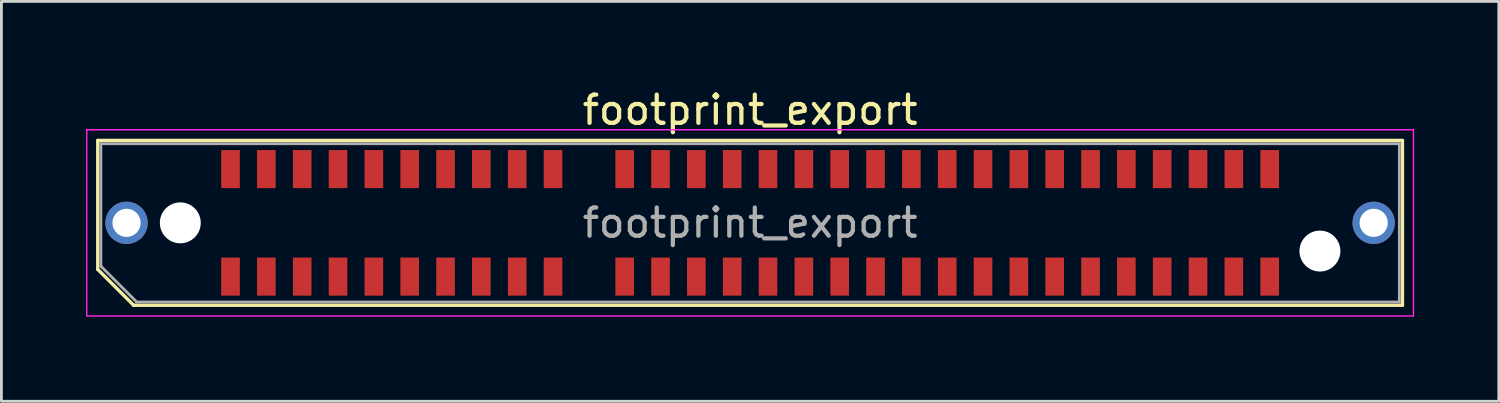
<source format=kicad_pcb>
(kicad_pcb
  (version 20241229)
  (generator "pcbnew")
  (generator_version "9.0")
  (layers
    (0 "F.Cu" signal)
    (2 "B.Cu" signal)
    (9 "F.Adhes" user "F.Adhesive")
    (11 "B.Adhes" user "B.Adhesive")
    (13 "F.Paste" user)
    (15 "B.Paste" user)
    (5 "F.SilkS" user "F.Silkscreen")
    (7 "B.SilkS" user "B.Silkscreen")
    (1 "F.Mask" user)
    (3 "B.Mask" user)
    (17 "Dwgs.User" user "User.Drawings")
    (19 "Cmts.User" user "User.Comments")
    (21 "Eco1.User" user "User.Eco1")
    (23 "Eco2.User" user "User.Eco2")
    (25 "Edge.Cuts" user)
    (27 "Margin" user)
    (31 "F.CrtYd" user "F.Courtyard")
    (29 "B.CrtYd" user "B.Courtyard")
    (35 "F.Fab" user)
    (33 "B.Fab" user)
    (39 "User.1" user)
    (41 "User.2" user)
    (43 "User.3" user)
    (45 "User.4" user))
  (footprint "footprint_export"
    (layer "F.Cu")
    (at 23.535 4.848)
    (property "Reference" "footprint_export" (at 0 -4 0) (layer "F.SilkS") (effects (font (size 1 1) (thickness 0.15))))
    (attr smd)
    (fp_line (start -23.12 -2.92) (end 23.12 -2.92) (stroke (width 0.12) (type solid)) (layer "F.SilkS"))
    (fp_line (start -23.12 1.65) (end -23.12 -2.92) (stroke (width 0.12) (type solid)) (layer "F.SilkS"))
    (fp_line (start -21.85 2.92) (end -23.12 1.65) (stroke (width 0.12) (type solid)) (layer "F.SilkS"))
    (fp_line (start -21.85 2.92) (end 23.12 2.92) (stroke (width 0.12) (type solid)) (layer "F.SilkS"))
    (fp_line (start 23.12 2.92) (end 23.12 -2.92) (stroke (width 0.12) (type solid)) (layer "F.SilkS"))
    (fp_line (start -23.51 -3.3) (end -23.51 3.3) (stroke (width 0.05) (type solid)) (layer "F.CrtYd"))
    (fp_line (start -23.51 3.3) (end 23.51 3.3) (stroke (width 0.05) (type solid)) (layer "F.CrtYd"))
    (fp_line (start 23.51 -3.3) (end -23.51 -3.3) (stroke (width 0.05) (type solid)) (layer "F.CrtYd"))
    (fp_line (start 23.51 3.3) (end 23.51 -3.3) (stroke (width 0.05) (type solid)) (layer "F.CrtYd"))
    (fp_line (start -23.01 -2.805) (end 23.01 -2.805) (stroke (width 0.1) (type solid)) (layer "F.Fab"))
    (fp_line (start -23.01 1.535) (end -23.01 -2.805) (stroke (width 0.1) (type solid)) (layer "F.Fab"))
    (fp_line (start -23.01 1.535) (end -21.74 2.805) (stroke (width 0.1) (type solid)) (layer "F.Fab"))
    (fp_line (start -21.74 2.805) (end 23.01 2.805) (stroke (width 0.1) (type solid)) (layer "F.Fab"))
    (fp_line (start 23.01 2.805) (end 23.01 -2.805) (stroke (width 0.1) (type solid)) (layer "F.Fab"))
    (fp_text user "${REFERENCE}" (at 0 0 0) (layer "F.Fab") (effects (font (size 1 1) (thickness 0.15))))
    (pad "" thru_hole circle (at -22.1 0) (size 1.5 1.5) (drill 1) (layers "*.Cu" "*.Mask"))
    (pad "" np_thru_hole circle (at -20.195 0) (size 1.45 1.45) (drill 1.45) (layers "*.Cu" "*.Mask"))
    (pad "" np_thru_hole circle (at 20.195 1) (size 1.45 1.45) (drill 1.45) (layers "*.Cu" "*.Mask"))
    (pad "" thru_hole circle (at 22.1 0) (size 1.5 1.5) (drill 1) (layers "*.Cu" "*.Mask"))
    (pad "1" smd rect (at -18.415 1.905) (size 0.66 1.35) (layers "F.Cu" "F.Mask" "F.Paste"))
    (pad "2" smd rect (at -18.415 -1.905) (size 0.66 1.35) (layers "F.Cu" "F.Mask" "F.Paste"))
    (pad "3" smd rect (at -17.145 1.905) (size 0.66 1.35) (layers "F.Cu" "F.Mask" "F.Paste"))
    (pad "4" smd rect (at -17.145 -1.905) (size 0.66 1.35) (layers "F.Cu" "F.Mask" "F.Paste"))
    (pad "5" smd rect (at -15.875 1.905) (size 0.66 1.35) (layers "F.Cu" "F.Mask" "F.Paste"))
    (pad "6" smd rect (at -15.875 -1.905) (size 0.66 1.35) (layers "F.Cu" "F.Mask" "F.Paste"))
    (pad "7" smd rect (at -14.605 1.905) (size 0.66 1.35) (layers "F.Cu" "F.Mask" "F.Paste"))
    (pad "8" smd rect (at -14.605 -1.905) (size 0.66 1.35) (layers "F.Cu" "F.Mask" "F.Paste"))
    (pad "9" smd rect (at -13.335 1.905) (size 0.66 1.35) (layers "F.Cu" "F.Mask" "F.Paste"))
    (pad "10" smd rect (at -13.335 -1.905) (size 0.66 1.35) (layers "F.Cu" "F.Mask" "F.Paste"))
    (pad "11" smd rect (at -12.065 1.905) (size 0.66 1.35) (layers "F.Cu" "F.Mask" "F.Paste"))
    (pad "12" smd rect (at -12.065 -1.905) (size 0.66 1.35) (layers "F.Cu" "F.Mask" "F.Paste"))
    (pad "13" smd rect (at -10.795 1.905) (size 0.66 1.35) (layers "F.Cu" "F.Mask" "F.Paste"))
    (pad "14" smd rect (at -10.795 -1.905) (size 0.66 1.35) (layers "F.Cu" "F.Mask" "F.Paste"))
    (pad "15" smd rect (at -9.525 1.905) (size 0.66 1.35) (layers "F.Cu" "F.Mask" "F.Paste"))
    (pad "16" smd rect (at -9.525 -1.905) (size 0.66 1.35) (layers "F.Cu" "F.Mask" "F.Paste"))
    (pad "17" smd rect (at -8.255 1.905) (size 0.66 1.35) (layers "F.Cu" "F.Mask" "F.Paste"))
    (pad "18" smd rect (at -8.255 -1.905) (size 0.66 1.35) (layers "F.Cu" "F.Mask" "F.Paste"))
    (pad "19" smd rect (at -6.985 1.905) (size 0.66 1.35) (layers "F.Cu" "F.Mask" "F.Paste"))
    (pad "20" smd rect (at -6.985 -1.905) (size 0.66 1.35) (layers "F.Cu" "F.Mask" "F.Paste"))
    (pad "23" smd rect (at -4.445 1.905) (size 0.66 1.35) (layers "F.Cu" "F.Mask" "F.Paste"))
    (pad "24" smd rect (at -4.445 -1.905) (size 0.66 1.35) (layers "F.Cu" "F.Mask" "F.Paste"))
    (pad "25" smd rect (at -3.175 1.905) (size 0.66 1.35) (layers "F.Cu" "F.Mask" "F.Paste"))
    (pad "26" smd rect (at -3.175 -1.905) (size 0.66 1.35) (layers "F.Cu" "F.Mask" "F.Paste"))
    (pad "27" smd rect (at -1.905 1.905) (size 0.66 1.35) (layers "F.Cu" "F.Mask" "F.Paste"))
    (pad "28" smd rect (at -1.905 -1.905) (size 0.66 1.35) (layers "F.Cu" "F.Mask" "F.Paste"))
    (pad "29" smd rect (at -0.635 1.905) (size 0.66 1.35) (layers "F.Cu" "F.Mask" "F.Paste"))
    (pad "30" smd rect (at -0.635 -1.905) (size 0.66 1.35) (layers "F.Cu" "F.Mask" "F.Paste"))
    (pad "31" smd rect (at 0.635 1.905) (size 0.66 1.35) (layers "F.Cu" "F.Mask" "F.Paste"))
    (pad "32" smd rect (at 0.635 -1.905) (size 0.66 1.35) (layers "F.Cu" "F.Mask" "F.Paste"))
    (pad "33" smd rect (at 1.905 1.905) (size 0.66 1.35) (layers "F.Cu" "F.Mask" "F.Paste"))
    (pad "34" smd rect (at 1.905 -1.905) (size 0.66 1.35) (layers "F.Cu" "F.Mask" "F.Paste"))
    (pad "35" smd rect (at 3.175 1.905) (size 0.66 1.35) (layers "F.Cu" "F.Mask" "F.Paste"))
    (pad "36" smd rect (at 3.175 -1.905) (size 0.66 1.35) (layers "F.Cu" "F.Mask" "F.Paste"))
    (pad "37" smd rect (at 4.445 1.905) (size 0.66 1.35) (layers "F.Cu" "F.Mask" "F.Paste"))
    (pad "38" smd rect (at 4.445 -1.905) (size 0.66 1.35) (layers "F.Cu" "F.Mask" "F.Paste"))
    (pad "39" smd rect (at 5.715 1.905) (size 0.66 1.35) (layers "F.Cu" "F.Mask" "F.Paste"))
    (pad "40" smd rect (at 5.715 -1.905) (size 0.66 1.35) (layers "F.Cu" "F.Mask" "F.Paste"))
    (pad "41" smd rect (at 6.985 1.905) (size 0.66 1.35) (layers "F.Cu" "F.Mask" "F.Paste"))
    (pad "42" smd rect (at 6.985 -1.905) (size 0.66 1.35) (layers "F.Cu" "F.Mask" "F.Paste"))
    (pad "43" smd rect (at 8.255 1.905) (size 0.66 1.35) (layers "F.Cu" "F.Mask" "F.Paste"))
    (pad "44" smd rect (at 8.255 -1.905) (size 0.66 1.35) (layers "F.Cu" "F.Mask" "F.Paste"))
    (pad "45" smd rect (at 9.525 1.905) (size 0.66 1.35) (layers "F.Cu" "F.Mask" "F.Paste"))
    (pad "46" smd rect (at 9.525 -1.905) (size 0.66 1.35) (layers "F.Cu" "F.Mask" "F.Paste"))
    (pad "47" smd rect (at 10.795 1.905) (size 0.66 1.35) (layers "F.Cu" "F.Mask" "F.Paste"))
    (pad "48" smd rect (at 10.795 -1.905) (size 0.66 1.35) (layers "F.Cu" "F.Mask" "F.Paste"))
    (pad "49" smd rect (at 12.065 1.905) (size 0.66 1.35) (layers "F.Cu" "F.Mask" "F.Paste"))
    (pad "50" smd rect (at 12.065 -1.905) (size 0.66 1.35) (layers "F.Cu" "F.Mask" "F.Paste"))
    (pad "51" smd rect (at 13.335 1.905) (size 0.66 1.35) (layers "F.Cu" "F.Mask" "F.Paste"))
    (pad "52" smd rect (at 13.335 -1.905) (size 0.66 1.35) (layers "F.Cu" "F.Mask" "F.Paste"))
    (pad "53" smd rect (at 14.605 1.905) (size 0.66 1.35) (layers "F.Cu" "F.Mask" "F.Paste"))
    (pad "54" smd rect (at 14.605 -1.905) (size 0.66 1.35) (layers "F.Cu" "F.Mask" "F.Paste"))
    (pad "55" smd rect (at 15.875 1.905) (size 0.66 1.35) (layers "F.Cu" "F.Mask" "F.Paste"))
    (pad "56" smd rect (at 15.875 -1.905) (size 0.66 1.35) (layers "F.Cu" "F.Mask" "F.Paste"))
    (pad "57" smd rect (at 17.145 1.905) (size 0.66 1.35) (layers "F.Cu" "F.Mask" "F.Paste"))
    (pad "58" smd rect (at 17.145 -1.905) (size 0.66 1.35) (layers "F.Cu" "F.Mask" "F.Paste"))
    (pad "59" smd rect (at 18.415 1.905) (size 0.66 1.35) (layers "F.Cu" "F.Mask" "F.Paste"))
    (pad "60" smd rect (at 18.415 -1.905) (size 0.66 1.35) (layers "F.Cu" "F.Mask" "F.Paste")))
  (gr_rect
    (start -3 -3)
    (end 50.07 11.173)
    (stroke (width 0.1) (type default))
    (fill no)
    (layer "Edge.Cuts")))
</source>
